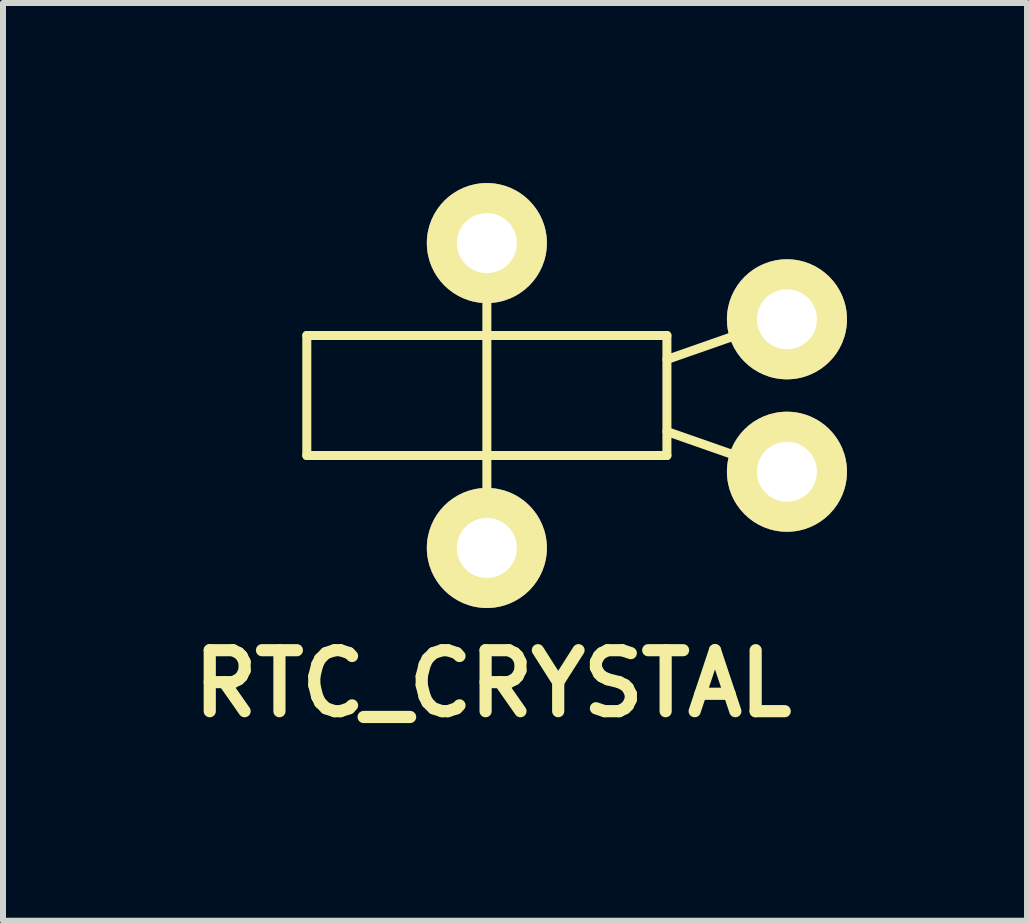
<source format=kicad_pcb>
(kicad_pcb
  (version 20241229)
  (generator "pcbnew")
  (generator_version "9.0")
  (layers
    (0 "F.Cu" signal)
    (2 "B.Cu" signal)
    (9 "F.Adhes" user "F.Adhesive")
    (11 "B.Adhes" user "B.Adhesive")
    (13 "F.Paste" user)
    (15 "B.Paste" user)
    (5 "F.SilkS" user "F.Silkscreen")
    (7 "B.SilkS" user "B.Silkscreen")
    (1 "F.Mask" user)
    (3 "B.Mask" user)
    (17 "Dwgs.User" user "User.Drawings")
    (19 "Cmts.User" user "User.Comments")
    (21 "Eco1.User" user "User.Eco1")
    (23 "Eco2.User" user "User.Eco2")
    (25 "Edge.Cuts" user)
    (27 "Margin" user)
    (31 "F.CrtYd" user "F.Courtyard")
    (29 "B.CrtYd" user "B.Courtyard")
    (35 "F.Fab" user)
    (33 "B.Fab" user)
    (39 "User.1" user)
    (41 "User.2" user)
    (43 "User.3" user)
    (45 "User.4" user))
  (footprint "RTC_CRYSTAL"
    (layer "F.Cu")
    (at 5.062 3.54)
    (property "Reference" "RTC_CRYSTAL" (at 0.1 4.8 0) (layer "F.SilkS") (effects (font (size 1.016 1.016) (thickness 0.203))))
    (attr through_hole)
    (fp_line (start -3 -1) (end 3 -1) (stroke (width 0.15) (type solid)) (layer "F.SilkS"))
    (fp_line (start -3 1) (end -3 -1) (stroke (width 0.15) (type solid)) (layer "F.SilkS"))
    (fp_line (start 0 -2.6) (end 0 2.5) (stroke (width 0.15) (type solid)) (layer "F.SilkS"))
    (fp_line (start 3 -1) (end 3 1) (stroke (width 0.15) (type solid)) (layer "F.SilkS"))
    (fp_line (start 3 -0.6) (end 5 -1.3) (stroke (width 0.15) (type solid)) (layer "F.SilkS"))
    (fp_line (start 3 0.6) (end 5 1.3) (stroke (width 0.15) (type solid)) (layer "F.SilkS"))
    (fp_line (start 3 1) (end -3 1) (stroke (width 0.15) (type solid)) (layer "F.SilkS"))
    (pad "+1" thru_hole circle (at 5 -1.27) (size 2 2) (drill 1) (layers "*.Cu" "*.Mask" "F.SilkS"))
    (pad "+2" thru_hole circle (at 5 1.27) (size 2 2) (drill 1) (layers "*.Cu" "*.Mask" "F.SilkS"))
    (pad "3" thru_hole circle (at 0 -2.54) (size 2 2) (drill 1) (layers "*.Cu" "*.Mask" "F.SilkS"))
    (pad "4" thru_hole circle (at 0 2.54) (size 2 2) (drill 1) (layers "*.Cu" "*.Mask" "F.SilkS")))
  (gr_rect
    (start -3 -3)
    (end 14.062 12.291)
    (stroke (width 0.1) (type default))
    (fill no)
    (layer "Edge.Cuts")))
</source>
